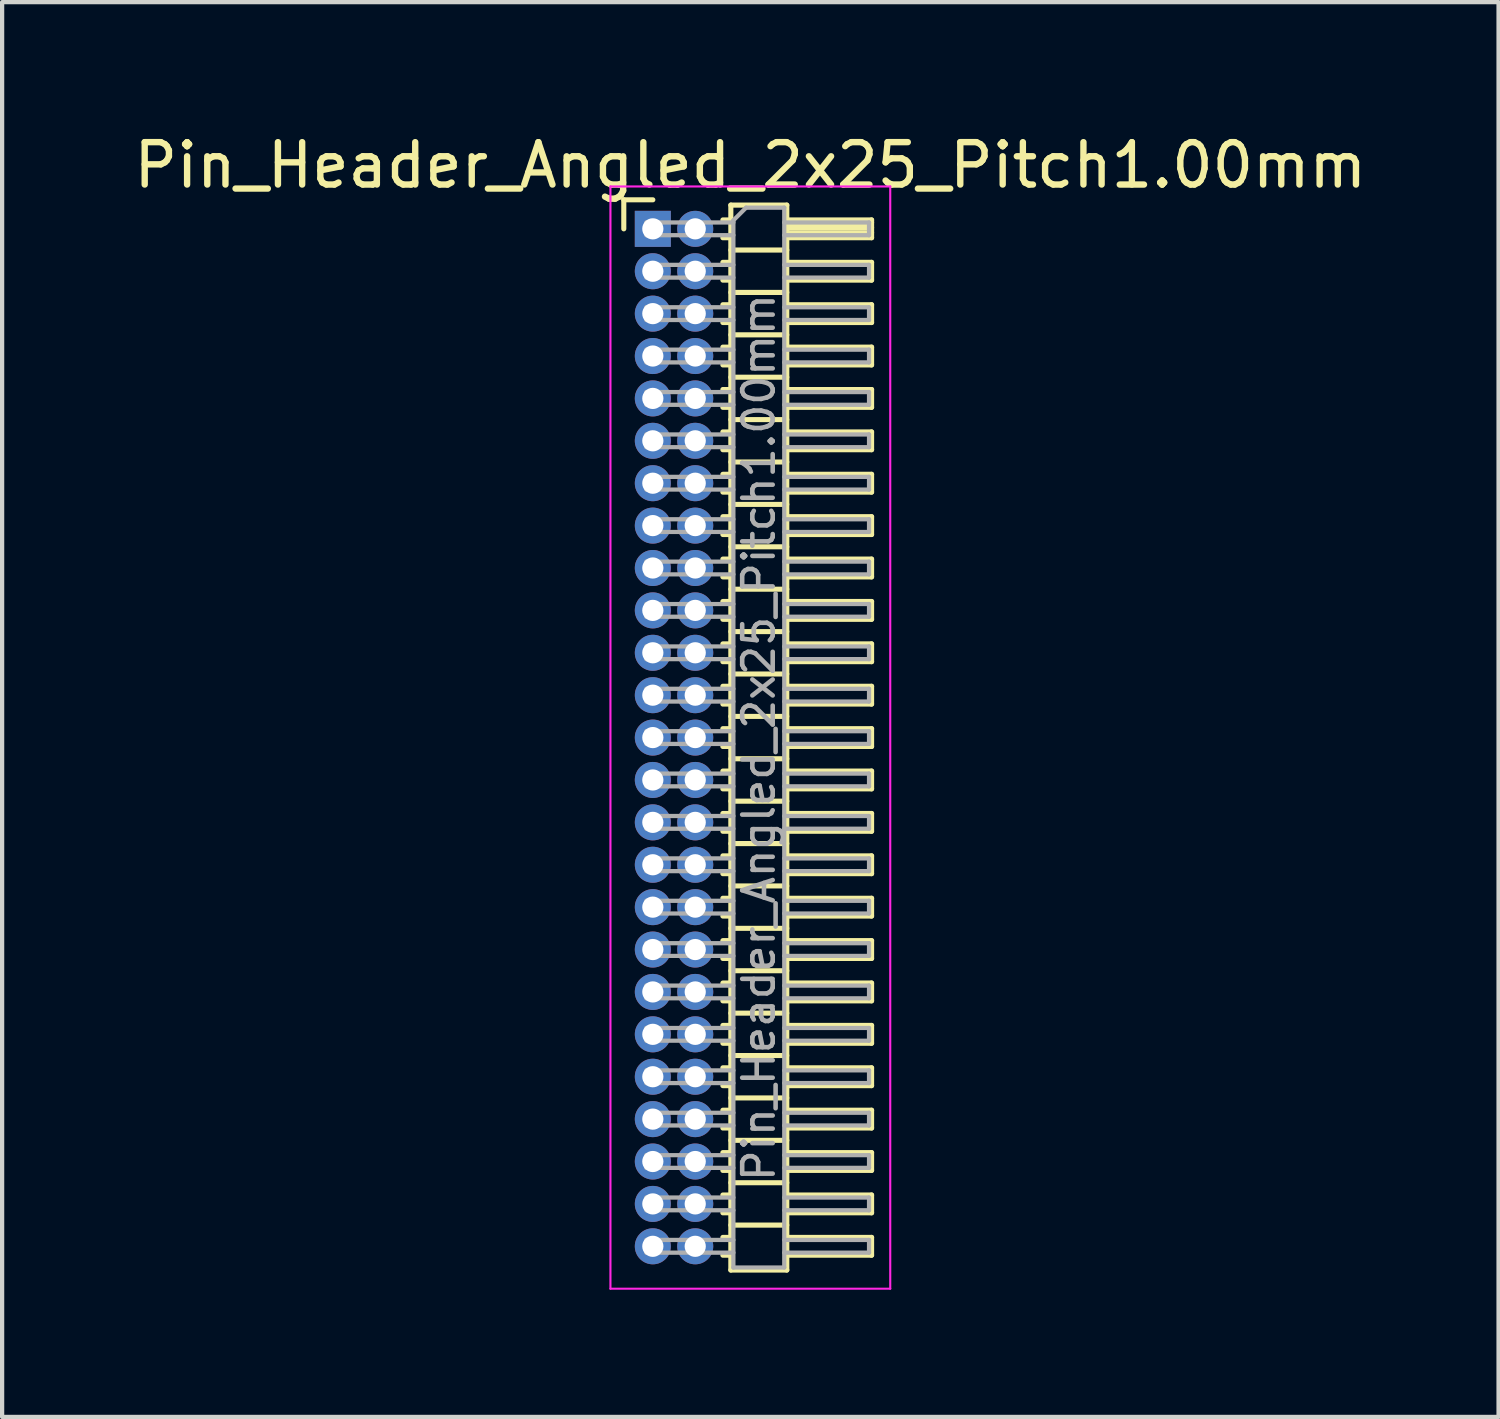
<source format=kicad_pcb>
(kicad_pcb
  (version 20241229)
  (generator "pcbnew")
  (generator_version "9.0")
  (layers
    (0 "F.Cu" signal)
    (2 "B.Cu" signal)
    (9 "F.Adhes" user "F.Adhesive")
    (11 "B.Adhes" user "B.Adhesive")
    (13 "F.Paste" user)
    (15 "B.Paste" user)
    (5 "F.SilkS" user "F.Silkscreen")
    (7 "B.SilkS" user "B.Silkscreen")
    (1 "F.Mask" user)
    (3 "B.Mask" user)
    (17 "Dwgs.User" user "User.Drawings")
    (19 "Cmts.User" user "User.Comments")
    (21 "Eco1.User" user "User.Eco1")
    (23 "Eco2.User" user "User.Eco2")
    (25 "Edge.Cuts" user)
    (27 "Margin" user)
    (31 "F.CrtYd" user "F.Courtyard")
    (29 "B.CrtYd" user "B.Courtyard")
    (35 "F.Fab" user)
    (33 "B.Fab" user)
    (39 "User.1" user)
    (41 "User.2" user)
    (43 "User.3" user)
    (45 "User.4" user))
  (footprint "Pin_Header_Angled_2x25_Pitch1.00mm"
    (layer "F.Cu")
    (at 12.349 2.348)
    (property "Reference" "Pin_Header_Angled_2x25_Pitch1.00mm" (at 2.3 -1.5 0) (layer "F.SilkS") (effects (font (size 1 1) (thickness 0.15))))
    (attr through_hole)
    (fp_line (start -0.685 -0.685) (end 0 -0.685) (stroke (width 0.12) (type solid)) (layer "F.SilkS"))
    (fp_line (start -0.685 0) (end -0.685 -0.685) (stroke (width 0.12) (type solid)) (layer "F.SilkS"))
    (fp_line (start 1.652 -0.21) (end 1.84 -0.21) (stroke (width 0.12) (type solid)) (layer "F.SilkS"))
    (fp_line (start 1.652 0.21) (end 1.84 0.21) (stroke (width 0.12) (type solid)) (layer "F.SilkS"))
    (fp_line (start 1.652 0.79) (end 1.84 0.79) (stroke (width 0.12) (type solid)) (layer "F.SilkS"))
    (fp_line (start 1.652 1.21) (end 1.84 1.21) (stroke (width 0.12) (type solid)) (layer "F.SilkS"))
    (fp_line (start 1.652 1.79) (end 1.84 1.79) (stroke (width 0.12) (type solid)) (layer "F.SilkS"))
    (fp_line (start 1.652 2.21) (end 1.84 2.21) (stroke (width 0.12) (type solid)) (layer "F.SilkS"))
    (fp_line (start 1.652 2.79) (end 1.84 2.79) (stroke (width 0.12) (type solid)) (layer "F.SilkS"))
    (fp_line (start 1.652 3.21) (end 1.84 3.21) (stroke (width 0.12) (type solid)) (layer "F.SilkS"))
    (fp_line (start 1.652 3.79) (end 1.84 3.79) (stroke (width 0.12) (type solid)) (layer "F.SilkS"))
    (fp_line (start 1.652 4.21) (end 1.84 4.21) (stroke (width 0.12) (type solid)) (layer "F.SilkS"))
    (fp_line (start 1.652 4.79) (end 1.84 4.79) (stroke (width 0.12) (type solid)) (layer "F.SilkS"))
    (fp_line (start 1.652 5.21) (end 1.84 5.21) (stroke (width 0.12) (type solid)) (layer "F.SilkS"))
    (fp_line (start 1.652 5.79) (end 1.84 5.79) (stroke (width 0.12) (type solid)) (layer "F.SilkS"))
    (fp_line (start 1.652 6.21) (end 1.84 6.21) (stroke (width 0.12) (type solid)) (layer "F.SilkS"))
    (fp_line (start 1.652 6.79) (end 1.84 6.79) (stroke (width 0.12) (type solid)) (layer "F.SilkS"))
    (fp_line (start 1.652 7.21) (end 1.84 7.21) (stroke (width 0.12) (type solid)) (layer "F.SilkS"))
    (fp_line (start 1.652 7.79) (end 1.84 7.79) (stroke (width 0.12) (type solid)) (layer "F.SilkS"))
    (fp_line (start 1.652 8.21) (end 1.84 8.21) (stroke (width 0.12) (type solid)) (layer "F.SilkS"))
    (fp_line (start 1.652 8.79) (end 1.84 8.79) (stroke (width 0.12) (type solid)) (layer "F.SilkS"))
    (fp_line (start 1.652 9.21) (end 1.84 9.21) (stroke (width 0.12) (type solid)) (layer "F.SilkS"))
    (fp_line (start 1.652 9.79) (end 1.84 9.79) (stroke (width 0.12) (type solid)) (layer "F.SilkS"))
    (fp_line (start 1.652 10.21) (end 1.84 10.21) (stroke (width 0.12) (type solid)) (layer "F.SilkS"))
    (fp_line (start 1.652 10.79) (end 1.84 10.79) (stroke (width 0.12) (type solid)) (layer "F.SilkS"))
    (fp_line (start 1.652 11.21) (end 1.84 11.21) (stroke (width 0.12) (type solid)) (layer "F.SilkS"))
    (fp_line (start 1.652 11.79) (end 1.84 11.79) (stroke (width 0.12) (type solid)) (layer "F.SilkS"))
    (fp_line (start 1.652 12.21) (end 1.84 12.21) (stroke (width 0.12) (type solid)) (layer "F.SilkS"))
    (fp_line (start 1.652 12.79) (end 1.84 12.79) (stroke (width 0.12) (type solid)) (layer "F.SilkS"))
    (fp_line (start 1.652 13.21) (end 1.84 13.21) (stroke (width 0.12) (type solid)) (layer "F.SilkS"))
    (fp_line (start 1.652 13.79) (end 1.84 13.79) (stroke (width 0.12) (type solid)) (layer "F.SilkS"))
    (fp_line (start 1.652 14.21) (end 1.84 14.21) (stroke (width 0.12) (type solid)) (layer "F.SilkS"))
    (fp_line (start 1.652 14.79) (end 1.84 14.79) (stroke (width 0.12) (type solid)) (layer "F.SilkS"))
    (fp_line (start 1.652 15.21) (end 1.84 15.21) (stroke (width 0.12) (type solid)) (layer "F.SilkS"))
    (fp_line (start 1.652 15.79) (end 1.84 15.79) (stroke (width 0.12) (type solid)) (layer "F.SilkS"))
    (fp_line (start 1.652 16.21) (end 1.84 16.21) (stroke (width 0.12) (type solid)) (layer "F.SilkS"))
    (fp_line (start 1.652 16.79) (end 1.84 16.79) (stroke (width 0.12) (type solid)) (layer "F.SilkS"))
    (fp_line (start 1.652 17.21) (end 1.84 17.21) (stroke (width 0.12) (type solid)) (layer "F.SilkS"))
    (fp_line (start 1.652 17.79) (end 1.84 17.79) (stroke (width 0.12) (type solid)) (layer "F.SilkS"))
    (fp_line (start 1.652 18.21) (end 1.84 18.21) (stroke (width 0.12) (type solid)) (layer "F.SilkS"))
    (fp_line (start 1.652 18.79) (end 1.84 18.79) (stroke (width 0.12) (type solid)) (layer "F.SilkS"))
    (fp_line (start 1.652 19.21) (end 1.84 19.21) (stroke (width 0.12) (type solid)) (layer "F.SilkS"))
    (fp_line (start 1.652 19.79) (end 1.84 19.79) (stroke (width 0.12) (type solid)) (layer "F.SilkS"))
    (fp_line (start 1.652 20.21) (end 1.84 20.21) (stroke (width 0.12) (type solid)) (layer "F.SilkS"))
    (fp_line (start 1.652 20.79) (end 1.84 20.79) (stroke (width 0.12) (type solid)) (layer "F.SilkS"))
    (fp_line (start 1.652 21.21) (end 1.84 21.21) (stroke (width 0.12) (type solid)) (layer "F.SilkS"))
    (fp_line (start 1.652 21.79) (end 1.84 21.79) (stroke (width 0.12) (type solid)) (layer "F.SilkS"))
    (fp_line (start 1.652 22.21) (end 1.84 22.21) (stroke (width 0.12) (type solid)) (layer "F.SilkS"))
    (fp_line (start 1.652 22.79) (end 1.84 22.79) (stroke (width 0.12) (type solid)) (layer "F.SilkS"))
    (fp_line (start 1.652 23.21) (end 1.84 23.21) (stroke (width 0.12) (type solid)) (layer "F.SilkS"))
    (fp_line (start 1.652 23.79) (end 1.84 23.79) (stroke (width 0.12) (type solid)) (layer "F.SilkS"))
    (fp_line (start 1.652 24.21) (end 1.84 24.21) (stroke (width 0.12) (type solid)) (layer "F.SilkS"))
    (fp_line (start 1.84 -0.56) (end 1.84 24.56) (stroke (width 0.12) (type solid)) (layer "F.SilkS"))
    (fp_line (start 1.84 0.5) (end 3.16 0.5) (stroke (width 0.12) (type solid)) (layer "F.SilkS"))
    (fp_line (start 1.84 1.5) (end 3.16 1.5) (stroke (width 0.12) (type solid)) (layer "F.SilkS"))
    (fp_line (start 1.84 2.5) (end 3.16 2.5) (stroke (width 0.12) (type solid)) (layer "F.SilkS"))
    (fp_line (start 1.84 3.5) (end 3.16 3.5) (stroke (width 0.12) (type solid)) (layer "F.SilkS"))
    (fp_line (start 1.84 4.5) (end 3.16 4.5) (stroke (width 0.12) (type solid)) (layer "F.SilkS"))
    (fp_line (start 1.84 5.5) (end 3.16 5.5) (stroke (width 0.12) (type solid)) (layer "F.SilkS"))
    (fp_line (start 1.84 6.5) (end 3.16 6.5) (stroke (width 0.12) (type solid)) (layer "F.SilkS"))
    (fp_line (start 1.84 7.5) (end 3.16 7.5) (stroke (width 0.12) (type solid)) (layer "F.SilkS"))
    (fp_line (start 1.84 8.5) (end 3.16 8.5) (stroke (width 0.12) (type solid)) (layer "F.SilkS"))
    (fp_line (start 1.84 9.5) (end 3.16 9.5) (stroke (width 0.12) (type solid)) (layer "F.SilkS"))
    (fp_line (start 1.84 10.5) (end 3.16 10.5) (stroke (width 0.12) (type solid)) (layer "F.SilkS"))
    (fp_line (start 1.84 11.5) (end 3.16 11.5) (stroke (width 0.12) (type solid)) (layer "F.SilkS"))
    (fp_line (start 1.84 12.5) (end 3.16 12.5) (stroke (width 0.12) (type solid)) (layer "F.SilkS"))
    (fp_line (start 1.84 13.5) (end 3.16 13.5) (stroke (width 0.12) (type solid)) (layer "F.SilkS"))
    (fp_line (start 1.84 14.5) (end 3.16 14.5) (stroke (width 0.12) (type solid)) (layer "F.SilkS"))
    (fp_line (start 1.84 15.5) (end 3.16 15.5) (stroke (width 0.12) (type solid)) (layer "F.SilkS"))
    (fp_line (start 1.84 16.5) (end 3.16 16.5) (stroke (width 0.12) (type solid)) (layer "F.SilkS"))
    (fp_line (start 1.84 17.5) (end 3.16 17.5) (stroke (width 0.12) (type solid)) (layer "F.SilkS"))
    (fp_line (start 1.84 18.5) (end 3.16 18.5) (stroke (width 0.12) (type solid)) (layer "F.SilkS"))
    (fp_line (start 1.84 19.5) (end 3.16 19.5) (stroke (width 0.12) (type solid)) (layer "F.SilkS"))
    (fp_line (start 1.84 20.5) (end 3.16 20.5) (stroke (width 0.12) (type solid)) (layer "F.SilkS"))
    (fp_line (start 1.84 21.5) (end 3.16 21.5) (stroke (width 0.12) (type solid)) (layer "F.SilkS"))
    (fp_line (start 1.84 22.5) (end 3.16 22.5) (stroke (width 0.12) (type solid)) (layer "F.SilkS"))
    (fp_line (start 1.84 23.5) (end 3.16 23.5) (stroke (width 0.12) (type solid)) (layer "F.SilkS"))
    (fp_line (start 1.84 24.56) (end 3.16 24.56) (stroke (width 0.12) (type solid)) (layer "F.SilkS"))
    (fp_line (start 3.16 -0.56) (end 1.84 -0.56) (stroke (width 0.12) (type solid)) (layer "F.SilkS"))
    (fp_line (start 3.16 -0.21) (end 5.16 -0.21) (stroke (width 0.12) (type solid)) (layer "F.SilkS"))
    (fp_line (start 3.16 -0.15) (end 5.16 -0.15) (stroke (width 0.12) (type solid)) (layer "F.SilkS"))
    (fp_line (start 3.16 -0.03) (end 5.16 -0.03) (stroke (width 0.12) (type solid)) (layer "F.SilkS"))
    (fp_line (start 3.16 0.09) (end 5.16 0.09) (stroke (width 0.12) (type solid)) (layer "F.SilkS"))
    (fp_line (start 3.16 0.79) (end 5.16 0.79) (stroke (width 0.12) (type solid)) (layer "F.SilkS"))
    (fp_line (start 3.16 1.79) (end 5.16 1.79) (stroke (width 0.12) (type solid)) (layer "F.SilkS"))
    (fp_line (start 3.16 2.79) (end 5.16 2.79) (stroke (width 0.12) (type solid)) (layer "F.SilkS"))
    (fp_line (start 3.16 3.79) (end 5.16 3.79) (stroke (width 0.12) (type solid)) (layer "F.SilkS"))
    (fp_line (start 3.16 4.79) (end 5.16 4.79) (stroke (width 0.12) (type solid)) (layer "F.SilkS"))
    (fp_line (start 3.16 5.79) (end 5.16 5.79) (stroke (width 0.12) (type solid)) (layer "F.SilkS"))
    (fp_line (start 3.16 6.79) (end 5.16 6.79) (stroke (width 0.12) (type solid)) (layer "F.SilkS"))
    (fp_line (start 3.16 7.79) (end 5.16 7.79) (stroke (width 0.12) (type solid)) (layer "F.SilkS"))
    (fp_line (start 3.16 8.79) (end 5.16 8.79) (stroke (width 0.12) (type solid)) (layer "F.SilkS"))
    (fp_line (start 3.16 9.79) (end 5.16 9.79) (stroke (width 0.12) (type solid)) (layer "F.SilkS"))
    (fp_line (start 3.16 10.79) (end 5.16 10.79) (stroke (width 0.12) (type solid)) (layer "F.SilkS"))
    (fp_line (start 3.16 11.79) (end 5.16 11.79) (stroke (width 0.12) (type solid)) (layer "F.SilkS"))
    (fp_line (start 3.16 12.79) (end 5.16 12.79) (stroke (width 0.12) (type solid)) (layer "F.SilkS"))
    (fp_line (start 3.16 13.79) (end 5.16 13.79) (stroke (width 0.12) (type solid)) (layer "F.SilkS"))
    (fp_line (start 3.16 14.79) (end 5.16 14.79) (stroke (width 0.12) (type solid)) (layer "F.SilkS"))
    (fp_line (start 3.16 15.79) (end 5.16 15.79) (stroke (width 0.12) (type solid)) (layer "F.SilkS"))
    (fp_line (start 3.16 16.79) (end 5.16 16.79) (stroke (width 0.12) (type solid)) (layer "F.SilkS"))
    (fp_line (start 3.16 17.79) (end 5.16 17.79) (stroke (width 0.12) (type solid)) (layer "F.SilkS"))
    (fp_line (start 3.16 18.79) (end 5.16 18.79) (stroke (width 0.12) (type solid)) (layer "F.SilkS"))
    (fp_line (start 3.16 19.79) (end 5.16 19.79) (stroke (width 0.12) (type solid)) (layer "F.SilkS"))
    (fp_line (start 3.16 20.79) (end 5.16 20.79) (stroke (width 0.12) (type solid)) (layer "F.SilkS"))
    (fp_line (start 3.16 21.79) (end 5.16 21.79) (stroke (width 0.12) (type solid)) (layer "F.SilkS"))
    (fp_line (start 3.16 22.79) (end 5.16 22.79) (stroke (width 0.12) (type solid)) (layer "F.SilkS"))
    (fp_line (start 3.16 23.79) (end 5.16 23.79) (stroke (width 0.12) (type solid)) (layer "F.SilkS"))
    (fp_line (start 3.16 24.56) (end 3.16 -0.56) (stroke (width 0.12) (type solid)) (layer "F.SilkS"))
    (fp_line (start 5.16 -0.21) (end 5.16 0.21) (stroke (width 0.12) (type solid)) (layer "F.SilkS"))
    (fp_line (start 5.16 0.21) (end 3.16 0.21) (stroke (width 0.12) (type solid)) (layer "F.SilkS"))
    (fp_line (start 5.16 0.79) (end 5.16 1.21) (stroke (width 0.12) (type solid)) (layer "F.SilkS"))
    (fp_line (start 5.16 1.21) (end 3.16 1.21) (stroke (width 0.12) (type solid)) (layer "F.SilkS"))
    (fp_line (start 5.16 1.79) (end 5.16 2.21) (stroke (width 0.12) (type solid)) (layer "F.SilkS"))
    (fp_line (start 5.16 2.21) (end 3.16 2.21) (stroke (width 0.12) (type solid)) (layer "F.SilkS"))
    (fp_line (start 5.16 2.79) (end 5.16 3.21) (stroke (width 0.12) (type solid)) (layer "F.SilkS"))
    (fp_line (start 5.16 3.21) (end 3.16 3.21) (stroke (width 0.12) (type solid)) (layer "F.SilkS"))
    (fp_line (start 5.16 3.79) (end 5.16 4.21) (stroke (width 0.12) (type solid)) (layer "F.SilkS"))
    (fp_line (start 5.16 4.21) (end 3.16 4.21) (stroke (width 0.12) (type solid)) (layer "F.SilkS"))
    (fp_line (start 5.16 4.79) (end 5.16 5.21) (stroke (width 0.12) (type solid)) (layer "F.SilkS"))
    (fp_line (start 5.16 5.21) (end 3.16 5.21) (stroke (width 0.12) (type solid)) (layer "F.SilkS"))
    (fp_line (start 5.16 5.79) (end 5.16 6.21) (stroke (width 0.12) (type solid)) (layer "F.SilkS"))
    (fp_line (start 5.16 6.21) (end 3.16 6.21) (stroke (width 0.12) (type solid)) (layer "F.SilkS"))
    (fp_line (start 5.16 6.79) (end 5.16 7.21) (stroke (width 0.12) (type solid)) (layer "F.SilkS"))
    (fp_line (start 5.16 7.21) (end 3.16 7.21) (stroke (width 0.12) (type solid)) (layer "F.SilkS"))
    (fp_line (start 5.16 7.79) (end 5.16 8.21) (stroke (width 0.12) (type solid)) (layer "F.SilkS"))
    (fp_line (start 5.16 8.21) (end 3.16 8.21) (stroke (width 0.12) (type solid)) (layer "F.SilkS"))
    (fp_line (start 5.16 8.79) (end 5.16 9.21) (stroke (width 0.12) (type solid)) (layer "F.SilkS"))
    (fp_line (start 5.16 9.21) (end 3.16 9.21) (stroke (width 0.12) (type solid)) (layer "F.SilkS"))
    (fp_line (start 5.16 9.79) (end 5.16 10.21) (stroke (width 0.12) (type solid)) (layer "F.SilkS"))
    (fp_line (start 5.16 10.21) (end 3.16 10.21) (stroke (width 0.12) (type solid)) (layer "F.SilkS"))
    (fp_line (start 5.16 10.79) (end 5.16 11.21) (stroke (width 0.12) (type solid)) (layer "F.SilkS"))
    (fp_line (start 5.16 11.21) (end 3.16 11.21) (stroke (width 0.12) (type solid)) (layer "F.SilkS"))
    (fp_line (start 5.16 11.79) (end 5.16 12.21) (stroke (width 0.12) (type solid)) (layer "F.SilkS"))
    (fp_line (start 5.16 12.21) (end 3.16 12.21) (stroke (width 0.12) (type solid)) (layer "F.SilkS"))
    (fp_line (start 5.16 12.79) (end 5.16 13.21) (stroke (width 0.12) (type solid)) (layer "F.SilkS"))
    (fp_line (start 5.16 13.21) (end 3.16 13.21) (stroke (width 0.12) (type solid)) (layer "F.SilkS"))
    (fp_line (start 5.16 13.79) (end 5.16 14.21) (stroke (width 0.12) (type solid)) (layer "F.SilkS"))
    (fp_line (start 5.16 14.21) (end 3.16 14.21) (stroke (width 0.12) (type solid)) (layer "F.SilkS"))
    (fp_line (start 5.16 14.79) (end 5.16 15.21) (stroke (width 0.12) (type solid)) (layer "F.SilkS"))
    (fp_line (start 5.16 15.21) (end 3.16 15.21) (stroke (width 0.12) (type solid)) (layer "F.SilkS"))
    (fp_line (start 5.16 15.79) (end 5.16 16.21) (stroke (width 0.12) (type solid)) (layer "F.SilkS"))
    (fp_line (start 5.16 16.21) (end 3.16 16.21) (stroke (width 0.12) (type solid)) (layer "F.SilkS"))
    (fp_line (start 5.16 16.79) (end 5.16 17.21) (stroke (width 0.12) (type solid)) (layer "F.SilkS"))
    (fp_line (start 5.16 17.21) (end 3.16 17.21) (stroke (width 0.12) (type solid)) (layer "F.SilkS"))
    (fp_line (start 5.16 17.79) (end 5.16 18.21) (stroke (width 0.12) (type solid)) (layer "F.SilkS"))
    (fp_line (start 5.16 18.21) (end 3.16 18.21) (stroke (width 0.12) (type solid)) (layer "F.SilkS"))
    (fp_line (start 5.16 18.79) (end 5.16 19.21) (stroke (width 0.12) (type solid)) (layer "F.SilkS"))
    (fp_line (start 5.16 19.21) (end 3.16 19.21) (stroke (width 0.12) (type solid)) (layer "F.SilkS"))
    (fp_line (start 5.16 19.79) (end 5.16 20.21) (stroke (width 0.12) (type solid)) (layer "F.SilkS"))
    (fp_line (start 5.16 20.21) (end 3.16 20.21) (stroke (width 0.12) (type solid)) (layer "F.SilkS"))
    (fp_line (start 5.16 20.79) (end 5.16 21.21) (stroke (width 0.12) (type solid)) (layer "F.SilkS"))
    (fp_line (start 5.16 21.21) (end 3.16 21.21) (stroke (width 0.12) (type solid)) (layer "F.SilkS"))
    (fp_line (start 5.16 21.79) (end 5.16 22.21) (stroke (width 0.12) (type solid)) (layer "F.SilkS"))
    (fp_line (start 5.16 22.21) (end 3.16 22.21) (stroke (width 0.12) (type solid)) (layer "F.SilkS"))
    (fp_line (start 5.16 22.79) (end 5.16 23.21) (stroke (width 0.12) (type solid)) (layer "F.SilkS"))
    (fp_line (start 5.16 23.21) (end 3.16 23.21) (stroke (width 0.12) (type solid)) (layer "F.SilkS"))
    (fp_line (start 5.16 23.79) (end 5.16 24.21) (stroke (width 0.12) (type solid)) (layer "F.SilkS"))
    (fp_line (start 5.16 24.21) (end 3.16 24.21) (stroke (width 0.12) (type solid)) (layer "F.SilkS"))
    (fp_line (start -1 -1) (end -1 25) (stroke (width 0.05) (type solid)) (layer "F.CrtYd"))
    (fp_line (start -1 25) (end 5.6 25) (stroke (width 0.05) (type solid)) (layer "F.CrtYd"))
    (fp_line (start 5.6 -1) (end -1 -1) (stroke (width 0.05) (type solid)) (layer "F.CrtYd"))
    (fp_line (start 5.6 25) (end 5.6 -1) (stroke (width 0.05) (type solid)) (layer "F.CrtYd"))
    (fp_line (start -0.15 -0.15) (end -0.15 0.15) (stroke (width 0.1) (type solid)) (layer "F.Fab"))
    (fp_line (start -0.15 -0.15) (end 1.9 -0.15) (stroke (width 0.1) (type solid)) (layer "F.Fab"))
    (fp_line (start -0.15 0.15) (end 1.9 0.15) (stroke (width 0.1) (type solid)) (layer "F.Fab"))
    (fp_line (start -0.15 0.85) (end -0.15 1.15) (stroke (width 0.1) (type solid)) (layer "F.Fab"))
    (fp_line (start -0.15 0.85) (end 1.9 0.85) (stroke (width 0.1) (type solid)) (layer "F.Fab"))
    (fp_line (start -0.15 1.15) (end 1.9 1.15) (stroke (width 0.1) (type solid)) (layer "F.Fab"))
    (fp_line (start -0.15 1.85) (end -0.15 2.15) (stroke (width 0.1) (type solid)) (layer "F.Fab"))
    (fp_line (start -0.15 1.85) (end 1.9 1.85) (stroke (width 0.1) (type solid)) (layer "F.Fab"))
    (fp_line (start -0.15 2.15) (end 1.9 2.15) (stroke (width 0.1) (type solid)) (layer "F.Fab"))
    (fp_line (start -0.15 2.85) (end -0.15 3.15) (stroke (width 0.1) (type solid)) (layer "F.Fab"))
    (fp_line (start -0.15 2.85) (end 1.9 2.85) (stroke (width 0.1) (type solid)) (layer "F.Fab"))
    (fp_line (start -0.15 3.15) (end 1.9 3.15) (stroke (width 0.1) (type solid)) (layer "F.Fab"))
    (fp_line (start -0.15 3.85) (end -0.15 4.15) (stroke (width 0.1) (type solid)) (layer "F.Fab"))
    (fp_line (start -0.15 3.85) (end 1.9 3.85) (stroke (width 0.1) (type solid)) (layer "F.Fab"))
    (fp_line (start -0.15 4.15) (end 1.9 4.15) (stroke (width 0.1) (type solid)) (layer "F.Fab"))
    (fp_line (start -0.15 4.85) (end -0.15 5.15) (stroke (width 0.1) (type solid)) (layer "F.Fab"))
    (fp_line (start -0.15 4.85) (end 1.9 4.85) (stroke (width 0.1) (type solid)) (layer "F.Fab"))
    (fp_line (start -0.15 5.15) (end 1.9 5.15) (stroke (width 0.1) (type solid)) (layer "F.Fab"))
    (fp_line (start -0.15 5.85) (end -0.15 6.15) (stroke (width 0.1) (type solid)) (layer "F.Fab"))
    (fp_line (start -0.15 5.85) (end 1.9 5.85) (stroke (width 0.1) (type solid)) (layer "F.Fab"))
    (fp_line (start -0.15 6.15) (end 1.9 6.15) (stroke (width 0.1) (type solid)) (layer "F.Fab"))
    (fp_line (start -0.15 6.85) (end -0.15 7.15) (stroke (width 0.1) (type solid)) (layer "F.Fab"))
    (fp_line (start -0.15 6.85) (end 1.9 6.85) (stroke (width 0.1) (type solid)) (layer "F.Fab"))
    (fp_line (start -0.15 7.15) (end 1.9 7.15) (stroke (width 0.1) (type solid)) (layer "F.Fab"))
    (fp_line (start -0.15 7.85) (end -0.15 8.15) (stroke (width 0.1) (type solid)) (layer "F.Fab"))
    (fp_line (start -0.15 7.85) (end 1.9 7.85) (stroke (width 0.1) (type solid)) (layer "F.Fab"))
    (fp_line (start -0.15 8.15) (end 1.9 8.15) (stroke (width 0.1) (type solid)) (layer "F.Fab"))
    (fp_line (start -0.15 8.85) (end -0.15 9.15) (stroke (width 0.1) (type solid)) (layer "F.Fab"))
    (fp_line (start -0.15 8.85) (end 1.9 8.85) (stroke (width 0.1) (type solid)) (layer "F.Fab"))
    (fp_line (start -0.15 9.15) (end 1.9 9.15) (stroke (width 0.1) (type solid)) (layer "F.Fab"))
    (fp_line (start -0.15 9.85) (end -0.15 10.15) (stroke (width 0.1) (type solid)) (layer "F.Fab"))
    (fp_line (start -0.15 9.85) (end 1.9 9.85) (stroke (width 0.1) (type solid)) (layer "F.Fab"))
    (fp_line (start -0.15 10.15) (end 1.9 10.15) (stroke (width 0.1) (type solid)) (layer "F.Fab"))
    (fp_line (start -0.15 10.85) (end -0.15 11.15) (stroke (width 0.1) (type solid)) (layer "F.Fab"))
    (fp_line (start -0.15 10.85) (end 1.9 10.85) (stroke (width 0.1) (type solid)) (layer "F.Fab"))
    (fp_line (start -0.15 11.15) (end 1.9 11.15) (stroke (width 0.1) (type solid)) (layer "F.Fab"))
    (fp_line (start -0.15 11.85) (end -0.15 12.15) (stroke (width 0.1) (type solid)) (layer "F.Fab"))
    (fp_line (start -0.15 11.85) (end 1.9 11.85) (stroke (width 0.1) (type solid)) (layer "F.Fab"))
    (fp_line (start -0.15 12.15) (end 1.9 12.15) (stroke (width 0.1) (type solid)) (layer "F.Fab"))
    (fp_line (start -0.15 12.85) (end -0.15 13.15) (stroke (width 0.1) (type solid)) (layer "F.Fab"))
    (fp_line (start -0.15 12.85) (end 1.9 12.85) (stroke (width 0.1) (type solid)) (layer "F.Fab"))
    (fp_line (start -0.15 13.15) (end 1.9 13.15) (stroke (width 0.1) (type solid)) (layer "F.Fab"))
    (fp_line (start -0.15 13.85) (end -0.15 14.15) (stroke (width 0.1) (type solid)) (layer "F.Fab"))
    (fp_line (start -0.15 13.85) (end 1.9 13.85) (stroke (width 0.1) (type solid)) (layer "F.Fab"))
    (fp_line (start -0.15 14.15) (end 1.9 14.15) (stroke (width 0.1) (type solid)) (layer "F.Fab"))
    (fp_line (start -0.15 14.85) (end -0.15 15.15) (stroke (width 0.1) (type solid)) (layer "F.Fab"))
    (fp_line (start -0.15 14.85) (end 1.9 14.85) (stroke (width 0.1) (type solid)) (layer "F.Fab"))
    (fp_line (start -0.15 15.15) (end 1.9 15.15) (stroke (width 0.1) (type solid)) (layer "F.Fab"))
    (fp_line (start -0.15 15.85) (end -0.15 16.15) (stroke (width 0.1) (type solid)) (layer "F.Fab"))
    (fp_line (start -0.15 15.85) (end 1.9 15.85) (stroke (width 0.1) (type solid)) (layer "F.Fab"))
    (fp_line (start -0.15 16.15) (end 1.9 16.15) (stroke (width 0.1) (type solid)) (layer "F.Fab"))
    (fp_line (start -0.15 16.85) (end -0.15 17.15) (stroke (width 0.1) (type solid)) (layer "F.Fab"))
    (fp_line (start -0.15 16.85) (end 1.9 16.85) (stroke (width 0.1) (type solid)) (layer "F.Fab"))
    (fp_line (start -0.15 17.15) (end 1.9 17.15) (stroke (width 0.1) (type solid)) (layer "F.Fab"))
    (fp_line (start -0.15 17.85) (end -0.15 18.15) (stroke (width 0.1) (type solid)) (layer "F.Fab"))
    (fp_line (start -0.15 17.85) (end 1.9 17.85) (stroke (width 0.1) (type solid)) (layer "F.Fab"))
    (fp_line (start -0.15 18.15) (end 1.9 18.15) (stroke (width 0.1) (type solid)) (layer "F.Fab"))
    (fp_line (start -0.15 18.85) (end -0.15 19.15) (stroke (width 0.1) (type solid)) (layer "F.Fab"))
    (fp_line (start -0.15 18.85) (end 1.9 18.85) (stroke (width 0.1) (type solid)) (layer "F.Fab"))
    (fp_line (start -0.15 19.15) (end 1.9 19.15) (stroke (width 0.1) (type solid)) (layer "F.Fab"))
    (fp_line (start -0.15 19.85) (end -0.15 20.15) (stroke (width 0.1) (type solid)) (layer "F.Fab"))
    (fp_line (start -0.15 19.85) (end 1.9 19.85) (stroke (width 0.1) (type solid)) (layer "F.Fab"))
    (fp_line (start -0.15 20.15) (end 1.9 20.15) (stroke (width 0.1) (type solid)) (layer "F.Fab"))
    (fp_line (start -0.15 20.85) (end -0.15 21.15) (stroke (width 0.1) (type solid)) (layer "F.Fab"))
    (fp_line (start -0.15 20.85) (end 1.9 20.85) (stroke (width 0.1) (type solid)) (layer "F.Fab"))
    (fp_line (start -0.15 21.15) (end 1.9 21.15) (stroke (width 0.1) (type solid)) (layer "F.Fab"))
    (fp_line (start -0.15 21.85) (end -0.15 22.15) (stroke (width 0.1) (type solid)) (layer "F.Fab"))
    (fp_line (start -0.15 21.85) (end 1.9 21.85) (stroke (width 0.1) (type solid)) (layer "F.Fab"))
    (fp_line (start -0.15 22.15) (end 1.9 22.15) (stroke (width 0.1) (type solid)) (layer "F.Fab"))
    (fp_line (start -0.15 22.85) (end -0.15 23.15) (stroke (width 0.1) (type solid)) (layer "F.Fab"))
    (fp_line (start -0.15 22.85) (end 1.9 22.85) (stroke (width 0.1) (type solid)) (layer "F.Fab"))
    (fp_line (start -0.15 23.15) (end 1.9 23.15) (stroke (width 0.1) (type solid)) (layer "F.Fab"))
    (fp_line (start -0.15 23.85) (end -0.15 24.15) (stroke (width 0.1) (type solid)) (layer "F.Fab"))
    (fp_line (start -0.15 23.85) (end 1.9 23.85) (stroke (width 0.1) (type solid)) (layer "F.Fab"))
    (fp_line (start -0.15 24.15) (end 1.9 24.15) (stroke (width 0.1) (type solid)) (layer "F.Fab"))
    (fp_line (start 1.9 -0.2) (end 2.2 -0.5) (stroke (width 0.1) (type solid)) (layer "F.Fab"))
    (fp_line (start 1.9 24.5) (end 1.9 -0.2) (stroke (width 0.1) (type solid)) (layer "F.Fab"))
    (fp_line (start 2.2 -0.5) (end 3.1 -0.5) (stroke (width 0.1) (type solid)) (layer "F.Fab"))
    (fp_line (start 3.1 -0.5) (end 3.1 24.5) (stroke (width 0.1) (type solid)) (layer "F.Fab"))
    (fp_line (start 3.1 -0.15) (end 5.1 -0.15) (stroke (width 0.1) (type solid)) (layer "F.Fab"))
    (fp_line (start 3.1 0.15) (end 5.1 0.15) (stroke (width 0.1) (type solid)) (layer "F.Fab"))
    (fp_line (start 3.1 0.85) (end 5.1 0.85) (stroke (width 0.1) (type solid)) (layer "F.Fab"))
    (fp_line (start 3.1 1.15) (end 5.1 1.15) (stroke (width 0.1) (type solid)) (layer "F.Fab"))
    (fp_line (start 3.1 1.85) (end 5.1 1.85) (stroke (width 0.1) (type solid)) (layer "F.Fab"))
    (fp_line (start 3.1 2.15) (end 5.1 2.15) (stroke (width 0.1) (type solid)) (layer "F.Fab"))
    (fp_line (start 3.1 2.85) (end 5.1 2.85) (stroke (width 0.1) (type solid)) (layer "F.Fab"))
    (fp_line (start 3.1 3.15) (end 5.1 3.15) (stroke (width 0.1) (type solid)) (layer "F.Fab"))
    (fp_line (start 3.1 3.85) (end 5.1 3.85) (stroke (width 0.1) (type solid)) (layer "F.Fab"))
    (fp_line (start 3.1 4.15) (end 5.1 4.15) (stroke (width 0.1) (type solid)) (layer "F.Fab"))
    (fp_line (start 3.1 4.85) (end 5.1 4.85) (stroke (width 0.1) (type solid)) (layer "F.Fab"))
    (fp_line (start 3.1 5.15) (end 5.1 5.15) (stroke (width 0.1) (type solid)) (layer "F.Fab"))
    (fp_line (start 3.1 5.85) (end 5.1 5.85) (stroke (width 0.1) (type solid)) (layer "F.Fab"))
    (fp_line (start 3.1 6.15) (end 5.1 6.15) (stroke (width 0.1) (type solid)) (layer "F.Fab"))
    (fp_line (start 3.1 6.85) (end 5.1 6.85) (stroke (width 0.1) (type solid)) (layer "F.Fab"))
    (fp_line (start 3.1 7.15) (end 5.1 7.15) (stroke (width 0.1) (type solid)) (layer "F.Fab"))
    (fp_line (start 3.1 7.85) (end 5.1 7.85) (stroke (width 0.1) (type solid)) (layer "F.Fab"))
    (fp_line (start 3.1 8.15) (end 5.1 8.15) (stroke (width 0.1) (type solid)) (layer "F.Fab"))
    (fp_line (start 3.1 8.85) (end 5.1 8.85) (stroke (width 0.1) (type solid)) (layer "F.Fab"))
    (fp_line (start 3.1 9.15) (end 5.1 9.15) (stroke (width 0.1) (type solid)) (layer "F.Fab"))
    (fp_line (start 3.1 9.85) (end 5.1 9.85) (stroke (width 0.1) (type solid)) (layer "F.Fab"))
    (fp_line (start 3.1 10.15) (end 5.1 10.15) (stroke (width 0.1) (type solid)) (layer "F.Fab"))
    (fp_line (start 3.1 10.85) (end 5.1 10.85) (stroke (width 0.1) (type solid)) (layer "F.Fab"))
    (fp_line (start 3.1 11.15) (end 5.1 11.15) (stroke (width 0.1) (type solid)) (layer "F.Fab"))
    (fp_line (start 3.1 11.85) (end 5.1 11.85) (stroke (width 0.1) (type solid)) (layer "F.Fab"))
    (fp_line (start 3.1 12.15) (end 5.1 12.15) (stroke (width 0.1) (type solid)) (layer "F.Fab"))
    (fp_line (start 3.1 12.85) (end 5.1 12.85) (stroke (width 0.1) (type solid)) (layer "F.Fab"))
    (fp_line (start 3.1 13.15) (end 5.1 13.15) (stroke (width 0.1) (type solid)) (layer "F.Fab"))
    (fp_line (start 3.1 13.85) (end 5.1 13.85) (stroke (width 0.1) (type solid)) (layer "F.Fab"))
    (fp_line (start 3.1 14.15) (end 5.1 14.15) (stroke (width 0.1) (type solid)) (layer "F.Fab"))
    (fp_line (start 3.1 14.85) (end 5.1 14.85) (stroke (width 0.1) (type solid)) (layer "F.Fab"))
    (fp_line (start 3.1 15.15) (end 5.1 15.15) (stroke (width 0.1) (type solid)) (layer "F.Fab"))
    (fp_line (start 3.1 15.85) (end 5.1 15.85) (stroke (width 0.1) (type solid)) (layer "F.Fab"))
    (fp_line (start 3.1 16.15) (end 5.1 16.15) (stroke (width 0.1) (type solid)) (layer "F.Fab"))
    (fp_line (start 3.1 16.85) (end 5.1 16.85) (stroke (width 0.1) (type solid)) (layer "F.Fab"))
    (fp_line (start 3.1 17.15) (end 5.1 17.15) (stroke (width 0.1) (type solid)) (layer "F.Fab"))
    (fp_line (start 3.1 17.85) (end 5.1 17.85) (stroke (width 0.1) (type solid)) (layer "F.Fab"))
    (fp_line (start 3.1 18.15) (end 5.1 18.15) (stroke (width 0.1) (type solid)) (layer "F.Fab"))
    (fp_line (start 3.1 18.85) (end 5.1 18.85) (stroke (width 0.1) (type solid)) (layer "F.Fab"))
    (fp_line (start 3.1 19.15) (end 5.1 19.15) (stroke (width 0.1) (type solid)) (layer "F.Fab"))
    (fp_line (start 3.1 19.85) (end 5.1 19.85) (stroke (width 0.1) (type solid)) (layer "F.Fab"))
    (fp_line (start 3.1 20.15) (end 5.1 20.15) (stroke (width 0.1) (type solid)) (layer "F.Fab"))
    (fp_line (start 3.1 20.85) (end 5.1 20.85) (stroke (width 0.1) (type solid)) (layer "F.Fab"))
    (fp_line (start 3.1 21.15) (end 5.1 21.15) (stroke (width 0.1) (type solid)) (layer "F.Fab"))
    (fp_line (start 3.1 21.85) (end 5.1 21.85) (stroke (width 0.1) (type solid)) (layer "F.Fab"))
    (fp_line (start 3.1 22.15) (end 5.1 22.15) (stroke (width 0.1) (type solid)) (layer "F.Fab"))
    (fp_line (start 3.1 22.85) (end 5.1 22.85) (stroke (width 0.1) (type solid)) (layer "F.Fab"))
    (fp_line (start 3.1 23.15) (end 5.1 23.15) (stroke (width 0.1) (type solid)) (layer "F.Fab"))
    (fp_line (start 3.1 23.85) (end 5.1 23.85) (stroke (width 0.1) (type solid)) (layer "F.Fab"))
    (fp_line (start 3.1 24.15) (end 5.1 24.15) (stroke (width 0.1) (type solid)) (layer "F.Fab"))
    (fp_line (start 3.1 24.5) (end 1.9 24.5) (stroke (width 0.1) (type solid)) (layer "F.Fab"))
    (fp_line (start 5.1 -0.15) (end 5.1 0.15) (stroke (width 0.1) (type solid)) (layer "F.Fab"))
    (fp_line (start 5.1 0.85) (end 5.1 1.15) (stroke (width 0.1) (type solid)) (layer "F.Fab"))
    (fp_line (start 5.1 1.85) (end 5.1 2.15) (stroke (width 0.1) (type solid)) (layer "F.Fab"))
    (fp_line (start 5.1 2.85) (end 5.1 3.15) (stroke (width 0.1) (type solid)) (layer "F.Fab"))
    (fp_line (start 5.1 3.85) (end 5.1 4.15) (stroke (width 0.1) (type solid)) (layer "F.Fab"))
    (fp_line (start 5.1 4.85) (end 5.1 5.15) (stroke (width 0.1) (type solid)) (layer "F.Fab"))
    (fp_line (start 5.1 5.85) (end 5.1 6.15) (stroke (width 0.1) (type solid)) (layer "F.Fab"))
    (fp_line (start 5.1 6.85) (end 5.1 7.15) (stroke (width 0.1) (type solid)) (layer "F.Fab"))
    (fp_line (start 5.1 7.85) (end 5.1 8.15) (stroke (width 0.1) (type solid)) (layer "F.Fab"))
    (fp_line (start 5.1 8.85) (end 5.1 9.15) (stroke (width 0.1) (type solid)) (layer "F.Fab"))
    (fp_line (start 5.1 9.85) (end 5.1 10.15) (stroke (width 0.1) (type solid)) (layer "F.Fab"))
    (fp_line (start 5.1 10.85) (end 5.1 11.15) (stroke (width 0.1) (type solid)) (layer "F.Fab"))
    (fp_line (start 5.1 11.85) (end 5.1 12.15) (stroke (width 0.1) (type solid)) (layer "F.Fab"))
    (fp_line (start 5.1 12.85) (end 5.1 13.15) (stroke (width 0.1) (type solid)) (layer "F.Fab"))
    (fp_line (start 5.1 13.85) (end 5.1 14.15) (stroke (width 0.1) (type solid)) (layer "F.Fab"))
    (fp_line (start 5.1 14.85) (end 5.1 15.15) (stroke (width 0.1) (type solid)) (layer "F.Fab"))
    (fp_line (start 5.1 15.85) (end 5.1 16.15) (stroke (width 0.1) (type solid)) (layer "F.Fab"))
    (fp_line (start 5.1 16.85) (end 5.1 17.15) (stroke (width 0.1) (type solid)) (layer "F.Fab"))
    (fp_line (start 5.1 17.85) (end 5.1 18.15) (stroke (width 0.1) (type solid)) (layer "F.Fab"))
    (fp_line (start 5.1 18.85) (end 5.1 19.15) (stroke (width 0.1) (type solid)) (layer "F.Fab"))
    (fp_line (start 5.1 19.85) (end 5.1 20.15) (stroke (width 0.1) (type solid)) (layer "F.Fab"))
    (fp_line (start 5.1 20.85) (end 5.1 21.15) (stroke (width 0.1) (type solid)) (layer "F.Fab"))
    (fp_line (start 5.1 21.85) (end 5.1 22.15) (stroke (width 0.1) (type solid)) (layer "F.Fab"))
    (fp_line (start 5.1 22.85) (end 5.1 23.15) (stroke (width 0.1) (type solid)) (layer "F.Fab"))
    (fp_line (start 5.1 23.85) (end 5.1 24.15) (stroke (width 0.1) (type solid)) (layer "F.Fab"))
    (fp_text user "${REFERENCE}" (at 2.5 12 90) (layer "F.Fab") (effects (font (size 0.72 0.72) (thickness 0.108))))
    (pad "1" thru_hole rect (at 0 0) (size 0.85 0.85) (drill 0.5) (layers "*.Cu" "*.Mask"))
    (pad "2" thru_hole oval (at 1 0) (size 0.85 0.85) (drill 0.5) (layers "*.Cu" "*.Mask"))
    (pad "3" thru_hole oval (at 0 1) (size 0.85 0.85) (drill 0.5) (layers "*.Cu" "*.Mask"))
    (pad "4" thru_hole oval (at 1 1) (size 0.85 0.85) (drill 0.5) (layers "*.Cu" "*.Mask"))
    (pad "5" thru_hole oval (at 0 2) (size 0.85 0.85) (drill 0.5) (layers "*.Cu" "*.Mask"))
    (pad "6" thru_hole oval (at 1 2) (size 0.85 0.85) (drill 0.5) (layers "*.Cu" "*.Mask"))
    (pad "7" thru_hole oval (at 0 3) (size 0.85 0.85) (drill 0.5) (layers "*.Cu" "*.Mask"))
    (pad "8" thru_hole oval (at 1 3) (size 0.85 0.85) (drill 0.5) (layers "*.Cu" "*.Mask"))
    (pad "9" thru_hole oval (at 0 4) (size 0.85 0.85) (drill 0.5) (layers "*.Cu" "*.Mask"))
    (pad "10" thru_hole oval (at 1 4) (size 0.85 0.85) (drill 0.5) (layers "*.Cu" "*.Mask"))
    (pad "11" thru_hole oval (at 0 5) (size 0.85 0.85) (drill 0.5) (layers "*.Cu" "*.Mask"))
    (pad "12" thru_hole oval (at 1 5) (size 0.85 0.85) (drill 0.5) (layers "*.Cu" "*.Mask"))
    (pad "13" thru_hole oval (at 0 6) (size 0.85 0.85) (drill 0.5) (layers "*.Cu" "*.Mask"))
    (pad "14" thru_hole oval (at 1 6) (size 0.85 0.85) (drill 0.5) (layers "*.Cu" "*.Mask"))
    (pad "15" thru_hole oval (at 0 7) (size 0.85 0.85) (drill 0.5) (layers "*.Cu" "*.Mask"))
    (pad "16" thru_hole oval (at 1 7) (size 0.85 0.85) (drill 0.5) (layers "*.Cu" "*.Mask"))
    (pad "17" thru_hole oval (at 0 8) (size 0.85 0.85) (drill 0.5) (layers "*.Cu" "*.Mask"))
    (pad "18" thru_hole oval (at 1 8) (size 0.85 0.85) (drill 0.5) (layers "*.Cu" "*.Mask"))
    (pad "19" thru_hole oval (at 0 9) (size 0.85 0.85) (drill 0.5) (layers "*.Cu" "*.Mask"))
    (pad "20" thru_hole oval (at 1 9) (size 0.85 0.85) (drill 0.5) (layers "*.Cu" "*.Mask"))
    (pad "21" thru_hole oval (at 0 10) (size 0.85 0.85) (drill 0.5) (layers "*.Cu" "*.Mask"))
    (pad "22" thru_hole oval (at 1 10) (size 0.85 0.85) (drill 0.5) (layers "*.Cu" "*.Mask"))
    (pad "23" thru_hole oval (at 0 11) (size 0.85 0.85) (drill 0.5) (layers "*.Cu" "*.Mask"))
    (pad "24" thru_hole oval (at 1 11) (size 0.85 0.85) (drill 0.5) (layers "*.Cu" "*.Mask"))
    (pad "25" thru_hole oval (at 0 12) (size 0.85 0.85) (drill 0.5) (layers "*.Cu" "*.Mask"))
    (pad "26" thru_hole oval (at 1 12) (size 0.85 0.85) (drill 0.5) (layers "*.Cu" "*.Mask"))
    (pad "27" thru_hole oval (at 0 13) (size 0.85 0.85) (drill 0.5) (layers "*.Cu" "*.Mask"))
    (pad "28" thru_hole oval (at 1 13) (size 0.85 0.85) (drill 0.5) (layers "*.Cu" "*.Mask"))
    (pad "29" thru_hole oval (at 0 14) (size 0.85 0.85) (drill 0.5) (layers "*.Cu" "*.Mask"))
    (pad "30" thru_hole oval (at 1 14) (size 0.85 0.85) (drill 0.5) (layers "*.Cu" "*.Mask"))
    (pad "31" thru_hole oval (at 0 15) (size 0.85 0.85) (drill 0.5) (layers "*.Cu" "*.Mask"))
    (pad "32" thru_hole oval (at 1 15) (size 0.85 0.85) (drill 0.5) (layers "*.Cu" "*.Mask"))
    (pad "33" thru_hole oval (at 0 16) (size 0.85 0.85) (drill 0.5) (layers "*.Cu" "*.Mask"))
    (pad "34" thru_hole oval (at 1 16) (size 0.85 0.85) (drill 0.5) (layers "*.Cu" "*.Mask"))
    (pad "35" thru_hole oval (at 0 17) (size 0.85 0.85) (drill 0.5) (layers "*.Cu" "*.Mask"))
    (pad "36" thru_hole oval (at 1 17) (size 0.85 0.85) (drill 0.5) (layers "*.Cu" "*.Mask"))
    (pad "37" thru_hole oval (at 0 18) (size 0.85 0.85) (drill 0.5) (layers "*.Cu" "*.Mask"))
    (pad "38" thru_hole oval (at 1 18) (size 0.85 0.85) (drill 0.5) (layers "*.Cu" "*.Mask"))
    (pad "39" thru_hole oval (at 0 19) (size 0.85 0.85) (drill 0.5) (layers "*.Cu" "*.Mask"))
    (pad "40" thru_hole oval (at 1 19) (size 0.85 0.85) (drill 0.5) (layers "*.Cu" "*.Mask"))
    (pad "41" thru_hole oval (at 0 20) (size 0.85 0.85) (drill 0.5) (layers "*.Cu" "*.Mask"))
    (pad "42" thru_hole oval (at 1 20) (size 0.85 0.85) (drill 0.5) (layers "*.Cu" "*.Mask"))
    (pad "43" thru_hole oval (at 0 21) (size 0.85 0.85) (drill 0.5) (layers "*.Cu" "*.Mask"))
    (pad "44" thru_hole oval (at 1 21) (size 0.85 0.85) (drill 0.5) (layers "*.Cu" "*.Mask"))
    (pad "45" thru_hole oval (at 0 22) (size 0.85 0.85) (drill 0.5) (layers "*.Cu" "*.Mask"))
    (pad "46" thru_hole oval (at 1 22) (size 0.85 0.85) (drill 0.5) (layers "*.Cu" "*.Mask"))
    (pad "47" thru_hole oval (at 0 23) (size 0.85 0.85) (drill 0.5) (layers "*.Cu" "*.Mask"))
    (pad "48" thru_hole oval (at 1 23) (size 0.85 0.85) (drill 0.5) (layers "*.Cu" "*.Mask"))
    (pad "49" thru_hole oval (at 0 24) (size 0.85 0.85) (drill 0.5) (layers "*.Cu" "*.Mask"))
    (pad "50" thru_hole oval (at 1 24) (size 0.85 0.85) (drill 0.5) (layers "*.Cu" "*.Mask")))
  (gr_rect
    (start -3 -3)
    (end 32.298 30.373)
    (stroke (width 0.1) (type default))
    (fill no)
    (layer "Edge.Cuts")))
</source>
